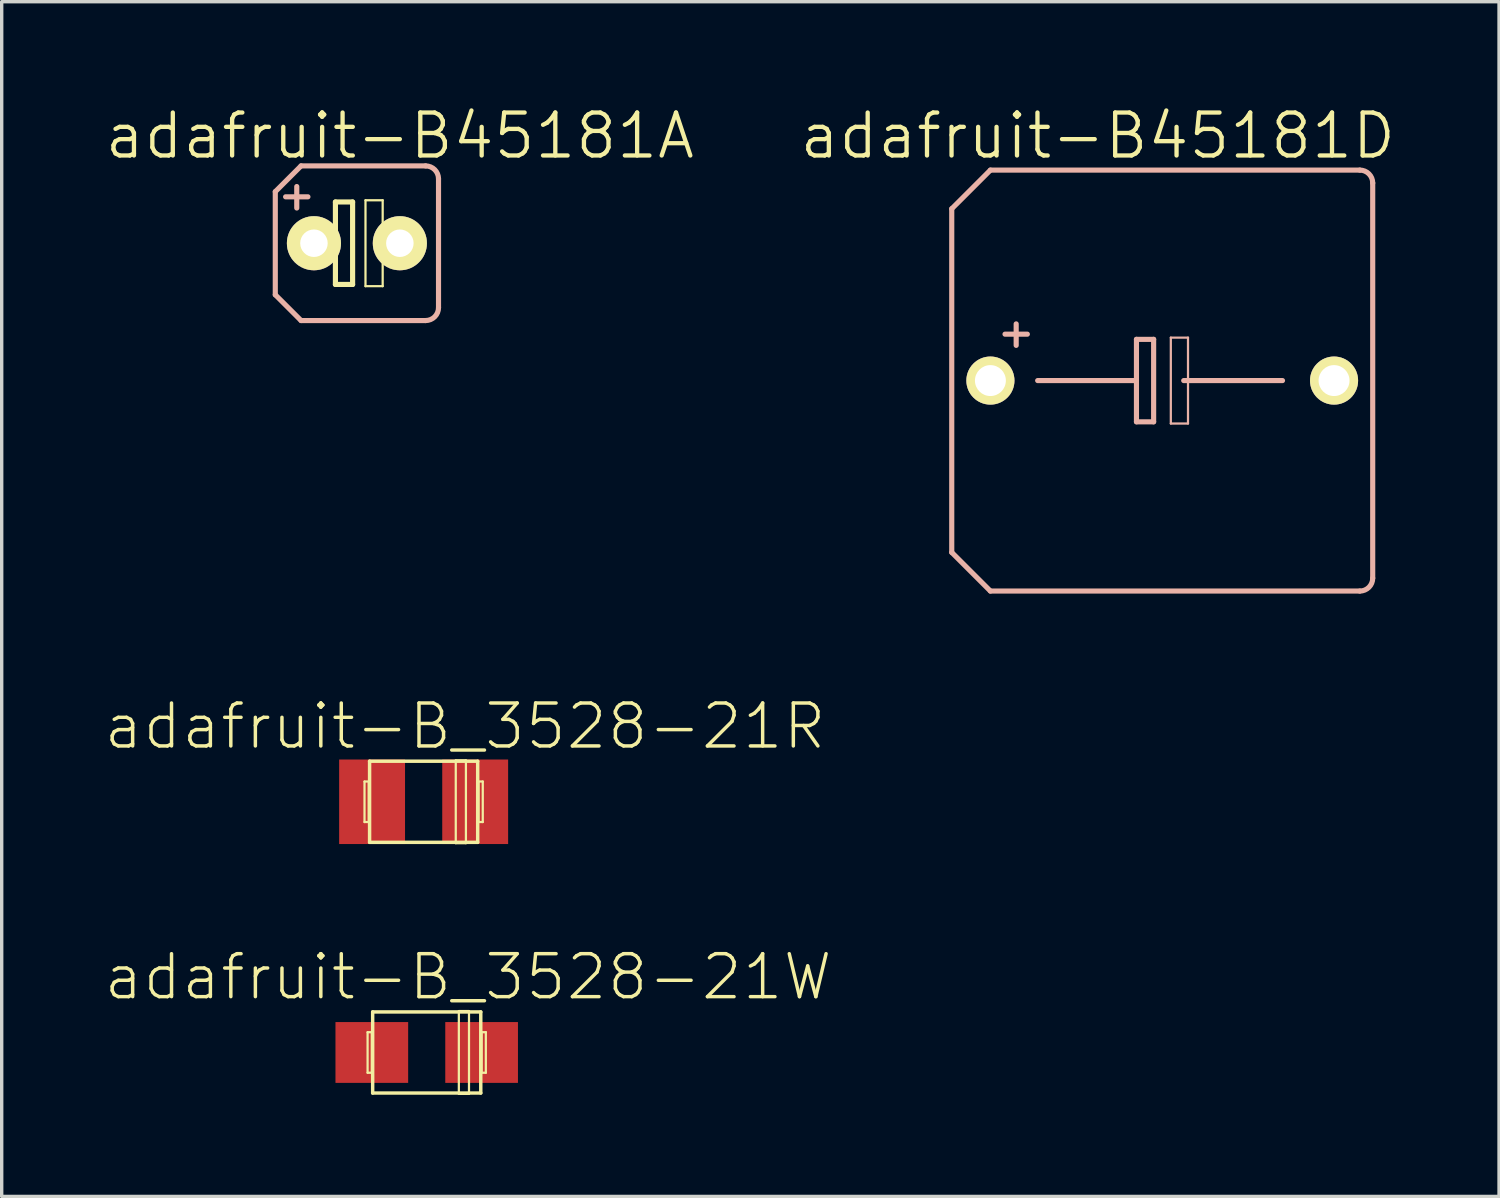
<source format=kicad_pcb>
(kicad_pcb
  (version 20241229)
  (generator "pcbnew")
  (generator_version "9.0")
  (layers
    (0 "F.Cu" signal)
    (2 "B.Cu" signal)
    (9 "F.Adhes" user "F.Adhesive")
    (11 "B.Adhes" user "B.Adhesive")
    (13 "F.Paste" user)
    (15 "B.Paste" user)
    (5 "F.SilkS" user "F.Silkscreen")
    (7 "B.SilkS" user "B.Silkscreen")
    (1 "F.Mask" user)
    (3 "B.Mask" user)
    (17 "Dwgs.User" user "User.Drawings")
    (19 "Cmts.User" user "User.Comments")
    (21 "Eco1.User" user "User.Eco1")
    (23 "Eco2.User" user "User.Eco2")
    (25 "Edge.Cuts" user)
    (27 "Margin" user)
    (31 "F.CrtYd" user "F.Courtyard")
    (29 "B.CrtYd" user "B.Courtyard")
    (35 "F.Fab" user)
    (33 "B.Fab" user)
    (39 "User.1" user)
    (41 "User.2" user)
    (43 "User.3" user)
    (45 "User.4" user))
  (footprint "adafruit-B_3528-21R"
    (layer "F.Cu")
    (at 9.475 20.655)
    (property "Reference" "adafruit-B_3528-21R" (at 1.224 -2.233 0) (layer "F.SilkS") (effects (font (size 1.27 1.27) (thickness 0.102))))
    (attr smd)
    (fp_line (start -1.748 -0.599) (end -1.623 -0.599) (stroke (width 0.066) (type solid)) (layer "F.SilkS"))
    (fp_line (start -1.748 0.599) (end -1.748 -0.599) (stroke (width 0.066) (type solid)) (layer "F.SilkS"))
    (fp_line (start -1.748 0.599) (end -1.623 0.599) (stroke (width 0.066) (type solid)) (layer "F.SilkS"))
    (fp_line (start -1.623 0.599) (end -1.623 -0.599) (stroke (width 0.066) (type solid)) (layer "F.SilkS"))
    (fp_line (start -1.598 -1.199) (end 1.598 -1.199) (stroke (width 0.102) (type solid)) (layer "F.SilkS"))
    (fp_line (start -1.598 1.199) (end -1.598 -1.199) (stroke (width 0.102) (type solid)) (layer "F.SilkS"))
    (fp_line (start 0.95 -1.224) (end 1.25 -1.224) (stroke (width 0.066) (type solid)) (layer "F.SilkS"))
    (fp_line (start 0.95 1.224) (end 0.95 -1.224) (stroke (width 0.066) (type solid)) (layer "F.SilkS"))
    (fp_line (start 0.95 1.224) (end 1.25 1.224) (stroke (width 0.066) (type solid)) (layer "F.SilkS"))
    (fp_line (start 1.25 1.224) (end 1.25 -1.224) (stroke (width 0.066) (type solid)) (layer "F.SilkS"))
    (fp_line (start 1.598 -1.199) (end 1.598 1.199) (stroke (width 0.102) (type solid)) (layer "F.SilkS"))
    (fp_line (start 1.598 1.199) (end -1.598 1.199) (stroke (width 0.102) (type solid)) (layer "F.SilkS"))
    (fp_line (start 1.623 -0.599) (end 1.748 -0.599) (stroke (width 0.066) (type solid)) (layer "F.SilkS"))
    (fp_line (start 1.623 0.599) (end 1.623 -0.599) (stroke (width 0.066) (type solid)) (layer "F.SilkS"))
    (fp_line (start 1.623 0.599) (end 1.748 0.599) (stroke (width 0.066) (type solid)) (layer "F.SilkS"))
    (fp_line (start 1.748 0.599) (end 1.748 -0.599) (stroke (width 0.066) (type solid)) (layer "F.SilkS"))
    (pad "+" smd rect (at 1.524 0) (size 1.948 2.499) (layers "F.Cu" "F.Mask" "F.Paste"))
    (pad "-" smd rect (at -1.524 0) (size 1.948 2.499) (layers "F.Cu" "F.Mask" "F.Paste")))
  (footprint "adafruit-B45181D"
    (layer "F.Cu")
    (at 31.312 8.202)
    (property "Reference" "adafruit-B45181D" (at -1.905 -7.236 0) (layer "F.SilkS") (effects (font (size 1.27 1.27) (thickness 0.127))))
    (attr exclude_from_pos_files exclude_from_bom)
    (fp_line (start -6.223 -5.08) (end -6.223 5.08) (stroke (width 0.152) (type solid)) (layer "B.SilkS"))
    (fp_line (start -6.223 -5.08) (end -5.08 -6.223) (stroke (width 0.152) (type solid)) (layer "B.SilkS"))
    (fp_line (start -5.08 6.223) (end -6.223 5.08) (stroke (width 0.152) (type solid)) (layer "B.SilkS"))
    (fp_line (start -5.08 6.223) (end 5.842 6.223) (stroke (width 0.152) (type solid)) (layer "B.SilkS"))
    (fp_line (start -4.318 -1.676) (end -4.318 -1.041) (stroke (width 0.152) (type solid)) (layer "B.SilkS"))
    (fp_line (start -3.988 -1.372) (end -4.648 -1.372) (stroke (width 0.152) (type solid)) (layer "B.SilkS"))
    (fp_line (start -3.683 0) (end -0.762 0) (stroke (width 0.152) (type solid)) (layer "B.SilkS"))
    (fp_line (start -0.762 -1.219) (end -0.762 0) (stroke (width 0.152) (type solid)) (layer "B.SilkS"))
    (fp_line (start -0.762 0) (end -0.762 1.219) (stroke (width 0.152) (type solid)) (layer "B.SilkS"))
    (fp_line (start -0.762 1.219) (end -0.254 1.219) (stroke (width 0.152) (type solid)) (layer "B.SilkS"))
    (fp_line (start -0.254 -1.219) (end -0.762 -1.219) (stroke (width 0.152) (type solid)) (layer "B.SilkS"))
    (fp_line (start -0.254 1.219) (end -0.254 -1.219) (stroke (width 0.152) (type solid)) (layer "B.SilkS"))
    (fp_line (start 0.254 -1.27) (end 0.762 -1.27) (stroke (width 0.066) (type solid)) (layer "B.SilkS"))
    (fp_line (start 0.254 1.27) (end 0.254 -1.27) (stroke (width 0.066) (type solid)) (layer "B.SilkS"))
    (fp_line (start 0.254 1.27) (end 0.762 1.27) (stroke (width 0.066) (type solid)) (layer "B.SilkS"))
    (fp_line (start 0.635 0) (end 3.556 0) (stroke (width 0.152) (type solid)) (layer "B.SilkS"))
    (fp_line (start 0.762 1.27) (end 0.762 -1.27) (stroke (width 0.066) (type solid)) (layer "B.SilkS"))
    (fp_line (start 5.842 -6.223) (end -5.08 -6.223) (stroke (width 0.152) (type solid)) (layer "B.SilkS"))
    (fp_line (start 6.223 -5.842) (end 6.223 5.842) (stroke (width 0.152) (type solid)) (layer "B.SilkS"))
    (fp_arc (start 5.842 -6.223) (mid 6.111408 -6.111408) (end 6.223 -5.842) (stroke (width 0.1524) (type solid)) (layer "B.SilkS"))
    (fp_arc (start 6.223 5.842) (mid 6.111408 6.111408) (end 5.842 6.223) (stroke (width 0.1524) (type solid)) (layer "B.SilkS"))
    (pad "+" thru_hole circle (at -5.08 0) (size 1.422 1.422) (drill 0.914) (layers "*.Cu" "F.Mask" "F.SilkS" "F.Paste"))
    (pad "-" thru_hole circle (at 5.08 0) (size 1.422 1.422) (drill 0.914) (layers "*.Cu" "F.Mask" "F.SilkS" "F.Paste")))
  (footprint "adafruit-B45181A"
    (layer "F.Cu")
    (at 7.502 4.141)
    (property "Reference" "adafruit-B45181A" (at 1.27 -3.175 0) (layer "F.SilkS") (effects (font (size 1.27 1.27) (thickness 0.127))))
    (attr exclude_from_pos_files exclude_from_bom)
    (fp_line (start -1.651 0) (end -0.635 0) (stroke (width 0.152) (type solid)) (layer "F.SilkS"))
    (fp_line (start -0.635 -1.219) (end -0.635 0) (stroke (width 0.152) (type solid)) (layer "F.SilkS"))
    (fp_line (start -0.635 0) (end -0.635 1.219) (stroke (width 0.152) (type solid)) (layer "F.SilkS"))
    (fp_line (start -0.635 1.219) (end -0.127 1.219) (stroke (width 0.152) (type solid)) (layer "F.SilkS"))
    (fp_line (start -0.127 -1.219) (end -0.635 -1.219) (stroke (width 0.152) (type solid)) (layer "F.SilkS"))
    (fp_line (start -0.127 1.219) (end -0.127 -1.219) (stroke (width 0.152) (type solid)) (layer "F.SilkS"))
    (fp_line (start 0.254 -1.27) (end 0.762 -1.27) (stroke (width 0.066) (type solid)) (layer "F.SilkS"))
    (fp_line (start 0.254 1.27) (end 0.254 -1.27) (stroke (width 0.066) (type solid)) (layer "F.SilkS"))
    (fp_line (start 0.254 1.27) (end 0.762 1.27) (stroke (width 0.066) (type solid)) (layer "F.SilkS"))
    (fp_line (start 0.635 0) (end 1.651 0) (stroke (width 0.152) (type solid)) (layer "F.SilkS"))
    (fp_line (start 0.762 1.27) (end 0.762 -1.27) (stroke (width 0.066) (type solid)) (layer "F.SilkS"))
    (fp_line (start -2.413 -1.524) (end -2.413 1.524) (stroke (width 0.152) (type solid)) (layer "B.SilkS"))
    (fp_line (start -2.413 -1.524) (end -1.651 -2.286) (stroke (width 0.152) (type solid)) (layer "B.SilkS"))
    (fp_line (start -1.778 -1.676) (end -1.778 -1.041) (stroke (width 0.152) (type solid)) (layer "B.SilkS"))
    (fp_line (start -1.651 2.286) (end -2.413 1.524) (stroke (width 0.152) (type solid)) (layer "B.SilkS"))
    (fp_line (start -1.651 2.286) (end 2.032 2.286) (stroke (width 0.152) (type solid)) (layer "B.SilkS"))
    (fp_line (start -1.448 -1.372) (end -2.108 -1.372) (stroke (width 0.152) (type solid)) (layer "B.SilkS"))
    (fp_line (start 2.032 -2.286) (end -1.651 -2.286) (stroke (width 0.152) (type solid)) (layer "B.SilkS"))
    (fp_line (start 2.413 -1.905) (end 2.413 1.905) (stroke (width 0.152) (type solid)) (layer "B.SilkS"))
    (fp_arc (start 2.032 -2.286) (mid 2.301408 -2.174408) (end 2.413 -1.905) (stroke (width 0.1524) (type solid)) (layer "B.SilkS"))
    (fp_arc (start 2.413 1.905) (mid 2.301408 2.174408) (end 2.032 2.286) (stroke (width 0.1524) (type solid)) (layer "B.SilkS"))
    (pad "+" thru_hole circle (at -1.27 0) (size 1.6 1.6) (drill 0.813) (layers "*.Cu" "F.Mask" "F.SilkS" "F.Paste"))
    (pad "-" thru_hole circle (at 1.27 0) (size 1.6 1.6) (drill 0.813) (layers "*.Cu" "F.Mask" "F.SilkS" "F.Paste")))
  (footprint "adafruit-B_3528-21W"
    (layer "F.Cu")
    (at 9.566 28.067)
    (property "Reference" "adafruit-B_3528-21W" (at 1.224 -2.233 0) (layer "F.SilkS") (effects (font (size 1.27 1.27) (thickness 0.102))))
    (attr smd)
    (fp_line (start -1.748 -0.599) (end -1.623 -0.599) (stroke (width 0.066) (type solid)) (layer "F.SilkS"))
    (fp_line (start -1.748 0.599) (end -1.748 -0.599) (stroke (width 0.066) (type solid)) (layer "F.SilkS"))
    (fp_line (start -1.748 0.599) (end -1.623 0.599) (stroke (width 0.066) (type solid)) (layer "F.SilkS"))
    (fp_line (start -1.623 0.599) (end -1.623 -0.599) (stroke (width 0.066) (type solid)) (layer "F.SilkS"))
    (fp_line (start -1.598 -1.199) (end 1.598 -1.199) (stroke (width 0.102) (type solid)) (layer "F.SilkS"))
    (fp_line (start -1.598 1.199) (end -1.598 -1.199) (stroke (width 0.102) (type solid)) (layer "F.SilkS"))
    (fp_line (start 0.95 -1.224) (end 1.25 -1.224) (stroke (width 0.066) (type solid)) (layer "F.SilkS"))
    (fp_line (start 0.95 1.224) (end 0.95 -1.224) (stroke (width 0.066) (type solid)) (layer "F.SilkS"))
    (fp_line (start 0.95 1.224) (end 1.25 1.224) (stroke (width 0.066) (type solid)) (layer "F.SilkS"))
    (fp_line (start 1.25 1.224) (end 1.25 -1.224) (stroke (width 0.066) (type solid)) (layer "F.SilkS"))
    (fp_line (start 1.598 -1.199) (end 1.598 1.199) (stroke (width 0.102) (type solid)) (layer "F.SilkS"))
    (fp_line (start 1.598 1.199) (end -1.598 1.199) (stroke (width 0.102) (type solid)) (layer "F.SilkS"))
    (fp_line (start 1.623 -0.599) (end 1.748 -0.599) (stroke (width 0.066) (type solid)) (layer "F.SilkS"))
    (fp_line (start 1.623 0.599) (end 1.623 -0.599) (stroke (width 0.066) (type solid)) (layer "F.SilkS"))
    (fp_line (start 1.623 0.599) (end 1.748 0.599) (stroke (width 0.066) (type solid)) (layer "F.SilkS"))
    (fp_line (start 1.748 0.599) (end 1.748 -0.599) (stroke (width 0.066) (type solid)) (layer "F.SilkS"))
    (pad "+" smd rect (at 1.623 0) (size 2.149 1.798) (layers "F.Cu" "F.Mask" "F.Paste"))
    (pad "-" smd rect (at -1.623 0) (size 2.149 1.798) (layers "F.Cu" "F.Mask" "F.Paste")))
  (gr_rect
    (start -3 -3)
    (end 41.27 32.324)
    (stroke (width 0.1) (type default))
    (fill no)
    (layer "Edge.Cuts")))
</source>
